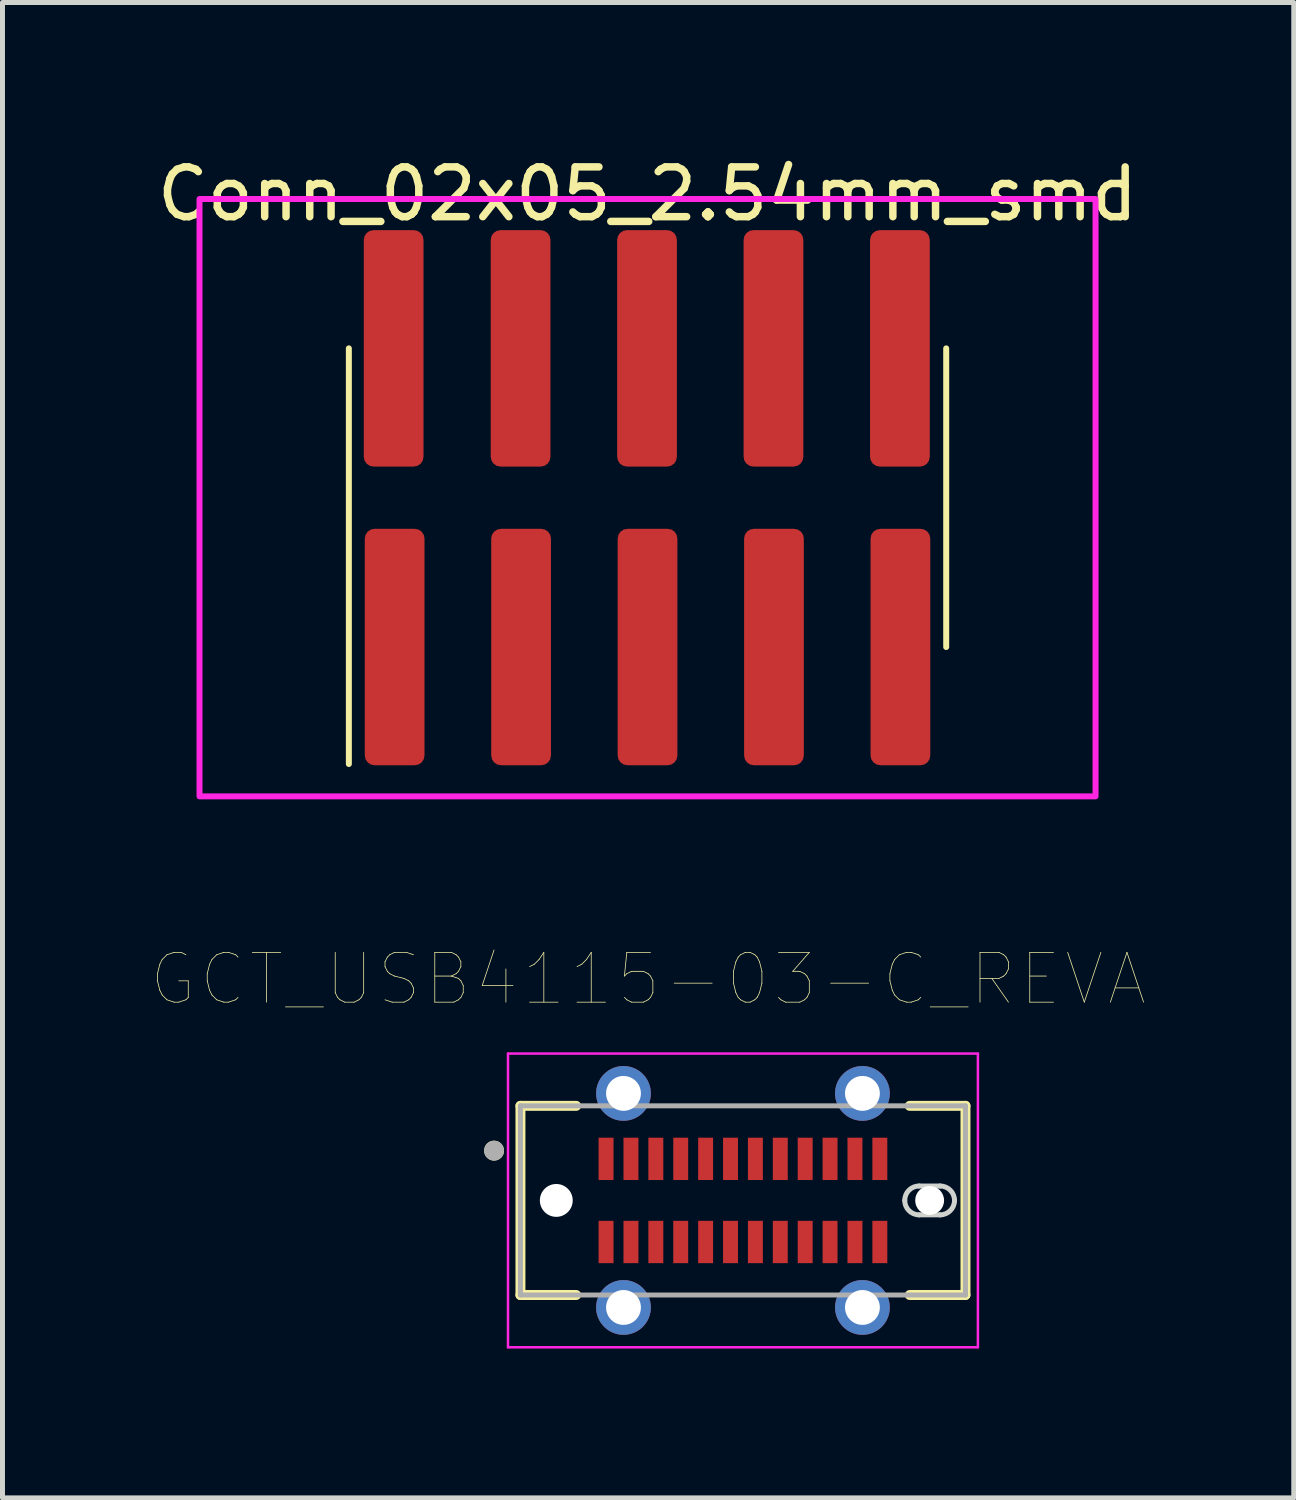
<source format=kicad_pcb>
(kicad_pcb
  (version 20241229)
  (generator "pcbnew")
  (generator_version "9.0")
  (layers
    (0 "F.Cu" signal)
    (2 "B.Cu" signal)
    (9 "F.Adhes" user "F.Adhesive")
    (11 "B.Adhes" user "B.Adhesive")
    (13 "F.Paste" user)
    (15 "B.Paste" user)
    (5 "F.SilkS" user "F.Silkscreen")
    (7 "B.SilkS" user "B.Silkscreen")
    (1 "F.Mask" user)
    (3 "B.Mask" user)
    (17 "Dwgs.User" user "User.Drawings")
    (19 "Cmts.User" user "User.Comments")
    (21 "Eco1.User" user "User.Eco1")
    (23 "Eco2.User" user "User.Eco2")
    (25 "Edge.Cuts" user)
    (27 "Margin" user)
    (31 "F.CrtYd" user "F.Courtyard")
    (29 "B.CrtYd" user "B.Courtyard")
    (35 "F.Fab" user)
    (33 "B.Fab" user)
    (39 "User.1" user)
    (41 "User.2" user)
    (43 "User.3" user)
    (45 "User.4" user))
  (footprint "GCT_USB4115-03-C_REVA"
    (layer "F.Cu")
    (at 11.875 21.065)
    (property "Reference" "GCT_USB4115-03-C_REVA" (at -1.905 -4.445 0) (layer "F.SilkS") (effects (font (size 1 1) (thickness 0.015))))
    (attr through_hole)
    (fp_line (start -4.47 -1.9) (end -4.47 1.9) (stroke (width 0.2) (type solid)) (layer "F.SilkS"))
    (fp_line (start -4.47 1.9) (end -3.35 1.9) (stroke (width 0.2) (type solid)) (layer "F.SilkS"))
    (fp_line (start -3.35 -1.9) (end -4.47 -1.9) (stroke (width 0.2) (type solid)) (layer "F.SilkS"))
    (fp_line (start 3.35 -1.9) (end 4.47 -1.9) (stroke (width 0.2) (type solid)) (layer "F.SilkS"))
    (fp_line (start 4.47 -1.9) (end 4.47 1.9) (stroke (width 0.2) (type solid)) (layer "F.SilkS"))
    (fp_line (start 4.47 1.9) (end 3.35 1.9) (stroke (width 0.2) (type solid)) (layer "F.SilkS"))
    (fp_circle (center -5 -1) (end -4.9 -1) (stroke (width 0.2) (type solid)) (fill no) (layer "F.SilkS"))
    (fp_line (start 3.54 -0.29) (end 3.96 -0.29) (stroke (width 0.1) (type solid)) (layer "Edge.Cuts"))
    (fp_line (start 3.96 0.29) (end 3.54 0.29) (stroke (width 0.1) (type solid)) (layer "Edge.Cuts"))
    (fp_arc (start 3.25 0) (mid 3.334939 -0.205061) (end 3.54 -0.29) (stroke (width 0.1) (type solid)) (layer "Edge.Cuts"))
    (fp_arc (start 3.54 0.29) (mid 3.334939 0.205061) (end 3.25 0) (stroke (width 0.1) (type solid)) (layer "Edge.Cuts"))
    (fp_arc (start 3.96 -0.29) (mid 4.165061 -0.205061) (end 4.25 0) (stroke (width 0.1) (type solid)) (layer "Edge.Cuts"))
    (fp_arc (start 4.25 0) (mid 4.165061 0.205061) (end 3.96 0.29) (stroke (width 0.1) (type solid)) (layer "Edge.Cuts"))
    (fp_line (start -4.72 -2.95) (end 4.72 -2.95) (stroke (width 0.05) (type solid)) (layer "F.CrtYd"))
    (fp_line (start -4.72 2.95) (end -4.72 -2.95) (stroke (width 0.05) (type solid)) (layer "F.CrtYd"))
    (fp_line (start 4.72 -2.95) (end 4.72 2.95) (stroke (width 0.05) (type solid)) (layer "F.CrtYd"))
    (fp_line (start 4.72 2.95) (end -4.72 2.95) (stroke (width 0.05) (type solid)) (layer "F.CrtYd"))
    (fp_line (start -4.47 -1.9) (end 4.47 -1.9) (stroke (width 0.1) (type solid)) (layer "F.Fab"))
    (fp_line (start -4.47 1.9) (end -4.47 -1.9) (stroke (width 0.1) (type solid)) (layer "F.Fab"))
    (fp_line (start 4.47 -1.9) (end 4.47 1.9) (stroke (width 0.1) (type solid)) (layer "F.Fab"))
    (fp_line (start 4.47 1.9) (end -4.47 1.9) (stroke (width 0.1) (type solid)) (layer "F.Fab"))
    (fp_circle (center -5 -1) (end -4.9 -1) (stroke (width 0.2) (type solid)) (fill no) (layer "F.Fab"))
    (pad "" np_thru_hole circle (at -3.75 0) (size 0.66 0.66) (drill 0.66) (layers "*.Cu" "*.Mask"))
    (pad "" np_thru_hole circle (at 3.75 0) (size 0.58 0.58) (drill 0.58) (layers "*.Cu" "*.Mask"))
    (pad "A1" smd rect (at -2.75 -0.835) (size 0.3 0.85) (layers "F.Cu" "F.Mask" "F.Paste"))
    (pad "A2" smd rect (at -2.25 -0.835) (size 0.3 0.85) (layers "F.Cu" "F.Mask" "F.Paste"))
    (pad "A3" smd rect (at -1.75 -0.835) (size 0.3 0.85) (layers "F.Cu" "F.Mask" "F.Paste"))
    (pad "A4" smd rect (at -1.25 -0.835) (size 0.3 0.85) (layers "F.Cu" "F.Mask" "F.Paste"))
    (pad "A5" smd rect (at -0.75 -0.835) (size 0.3 0.85) (layers "F.Cu" "F.Mask" "F.Paste"))
    (pad "A6" smd rect (at -0.25 -0.835) (size 0.3 0.85) (layers "F.Cu" "F.Mask" "F.Paste"))
    (pad "A7" smd rect (at 0.25 -0.835) (size 0.3 0.85) (layers "F.Cu" "F.Mask" "F.Paste"))
    (pad "A8" smd rect (at 0.75 -0.835) (size 0.3 0.85) (layers "F.Cu" "F.Mask" "F.Paste"))
    (pad "A9" smd rect (at 1.25 -0.835) (size 0.3 0.85) (layers "F.Cu" "F.Mask" "F.Paste"))
    (pad "A10" smd rect (at 1.75 -0.835) (size 0.3 0.85) (layers "F.Cu" "F.Mask" "F.Paste"))
    (pad "A11" smd rect (at 2.25 -0.835) (size 0.3 0.85) (layers "F.Cu" "F.Mask" "F.Paste"))
    (pad "A12" smd rect (at 2.75 -0.835) (size 0.3 0.85) (layers "F.Cu" "F.Mask" "F.Paste"))
    (pad "B1" smd rect (at 2.75 0.835) (size 0.3 0.85) (layers "F.Cu" "F.Mask" "F.Paste"))
    (pad "B2" smd rect (at 2.25 0.835) (size 0.3 0.85) (layers "F.Cu" "F.Mask" "F.Paste"))
    (pad "B3" smd rect (at 1.75 0.835) (size 0.3 0.85) (layers "F.Cu" "F.Mask" "F.Paste"))
    (pad "B4" smd rect (at 1.25 0.835) (size 0.3 0.85) (layers "F.Cu" "F.Mask" "F.Paste"))
    (pad "B5" smd rect (at 0.75 0.835) (size 0.3 0.85) (layers "F.Cu" "F.Mask" "F.Paste"))
    (pad "B6" smd rect (at 0.25 0.835) (size 0.3 0.85) (layers "F.Cu" "F.Mask" "F.Paste"))
    (pad "B7" smd rect (at -0.25 0.835) (size 0.3 0.85) (layers "F.Cu" "F.Mask" "F.Paste"))
    (pad "B8" smd rect (at -0.75 0.835) (size 0.3 0.85) (layers "F.Cu" "F.Mask" "F.Paste"))
    (pad "B9" smd rect (at -1.25 0.835) (size 0.3 0.85) (layers "F.Cu" "F.Mask" "F.Paste"))
    (pad "B10" smd rect (at -1.75 0.835) (size 0.3 0.85) (layers "F.Cu" "F.Mask" "F.Paste"))
    (pad "B11" smd rect (at -2.25 0.835) (size 0.3 0.85) (layers "F.Cu" "F.Mask" "F.Paste"))
    (pad "B12" smd rect (at -2.75 0.835) (size 0.3 0.85) (layers "F.Cu" "F.Mask" "F.Paste"))
    (pad "S1" thru_hole circle (at -2.4 -2.15) (size 1.1 1.1) (drill 0.7) (layers "*.Cu" "*.Mask"))
    (pad "S1" thru_hole circle (at -2.4 2.15) (size 1.1 1.1) (drill 0.7) (layers "*.Cu" "*.Mask"))
    (pad "S1" thru_hole circle (at 2.4 -2.15) (size 1.1 1.1) (drill 0.7) (layers "*.Cu" "*.Mask"))
    (pad "S1" thru_hole circle (at 2.4 2.15) (size 1.1 1.1) (drill 0.7) (layers "*.Cu" "*.Mask")))
  (footprint "Conn_02x05_2.54mm_smd"
    (layer "F.Cu")
    (at 9.958 6.948)
    (property "Reference" "Conn_02x05_2.54mm_smd" (at 0 -6.1 0) (unlocked yes) (layer "F.SilkS") (effects (font (size 1 1) (thickness 0.15))))
    (attr smd)
    (fp_line (start -6 5.35) (end -6 -3) (stroke (width 0.12) (type solid)) (layer "F.SilkS"))
    (fp_line (start 6 3) (end 6 -3) (stroke (width 0.12) (type solid)) (layer "F.SilkS"))
    (fp_rect (start -9 -6) (end 9 6) (stroke (width 0.12) (type solid)) (fill no) (layer "F.CrtYd"))
    (pad "1" smd roundrect (at -5.08 3) (size 1.2 4.75) (layers "F.Cu" "F.Mask" "F.Paste") (roundrect_rratio 0.164))
    (pad "2" smd roundrect (at -5.1 -3) (size 1.2 4.75) (layers "F.Cu" "F.Mask" "F.Paste") (roundrect_rratio 0.164))
    (pad "3" smd roundrect (at -2.54 3) (size 1.2 4.75) (layers "F.Cu" "F.Mask" "F.Paste") (roundrect_rratio 0.164))
    (pad "4" smd roundrect (at -2.55 -3) (size 1.2 4.75) (layers "F.Cu" "F.Mask" "F.Paste") (roundrect_rratio 0.164))
    (pad "5" smd roundrect (at 0 3) (size 1.2 4.75) (layers "F.Cu" "F.Mask" "F.Paste") (roundrect_rratio 0.164))
    (pad "6" smd roundrect (at -0.01 -3) (size 1.2 4.75) (layers "F.Cu" "F.Mask" "F.Paste") (roundrect_rratio 0.164))
    (pad "7" smd roundrect (at 2.54 3) (size 1.2 4.75) (layers "F.Cu" "F.Mask" "F.Paste") (roundrect_rratio 0.164))
    (pad "8" smd roundrect (at 2.53 -3) (size 1.2 4.75) (layers "F.Cu" "F.Mask" "F.Paste") (roundrect_rratio 0.164))
    (pad "9" smd roundrect (at 5.08 3) (size 1.2 4.75) (layers "F.Cu" "F.Mask" "F.Paste") (roundrect_rratio 0.164))
    (pad "10" smd roundrect (at 5.07 -3) (size 1.2 4.75) (layers "F.Cu" "F.Mask" "F.Paste") (roundrect_rratio 0.164)))
  (gr_rect
    (start -3 -3)
    (end 22.94 27.04)
    (stroke (width 0.1) (type default))
    (fill no)
    (layer "Edge.Cuts")))
</source>
